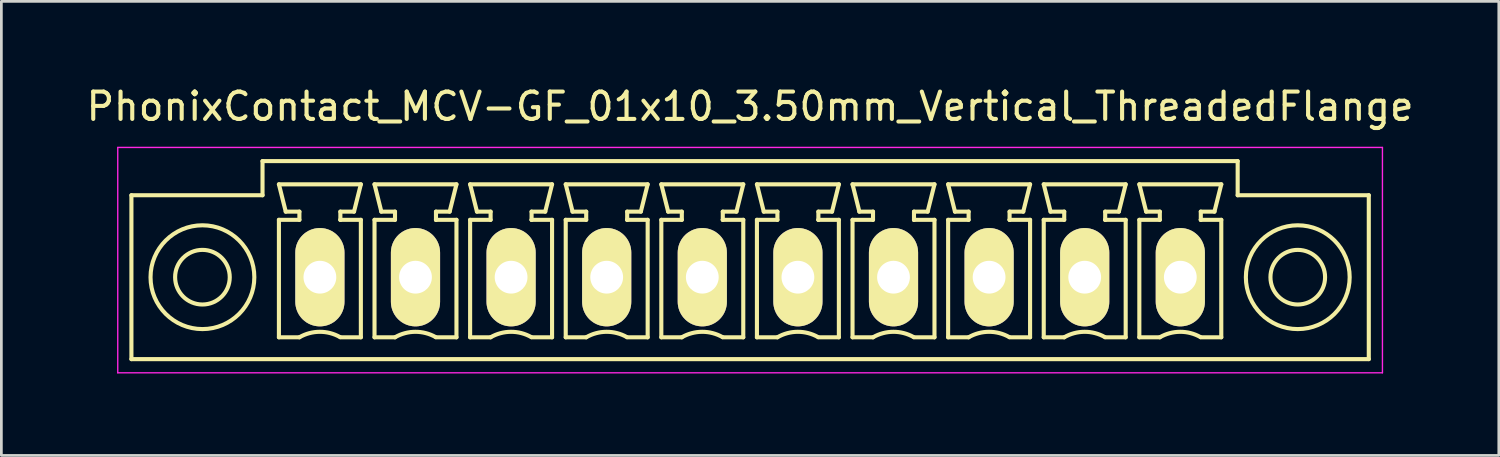
<source format=kicad_pcb>
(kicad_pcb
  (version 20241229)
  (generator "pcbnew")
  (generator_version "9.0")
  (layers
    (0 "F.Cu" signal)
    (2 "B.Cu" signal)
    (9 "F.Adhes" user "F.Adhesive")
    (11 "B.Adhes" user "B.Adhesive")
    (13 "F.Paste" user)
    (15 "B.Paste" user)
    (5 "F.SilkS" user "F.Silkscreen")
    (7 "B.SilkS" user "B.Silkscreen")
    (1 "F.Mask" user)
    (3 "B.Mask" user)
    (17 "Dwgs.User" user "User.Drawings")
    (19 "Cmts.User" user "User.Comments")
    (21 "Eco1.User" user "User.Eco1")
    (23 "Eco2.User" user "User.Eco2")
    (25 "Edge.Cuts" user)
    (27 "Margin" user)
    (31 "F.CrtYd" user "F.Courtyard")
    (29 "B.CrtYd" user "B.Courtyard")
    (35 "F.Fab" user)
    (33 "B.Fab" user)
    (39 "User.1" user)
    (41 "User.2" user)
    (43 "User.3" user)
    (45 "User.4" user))
  (footprint "PhonixContact_MCV-GF_01x10_3.50mm_Vertical_ThreadedFlange"
    (layer "F.Cu")
    (at 8.661 7.098)
    (property "Reference" "PhonixContact_MCV-GF_01x10_3.50mm_Vertical_ThreadedFlange" (at 15.75 -6.25 0) (layer "F.SilkS") (effects (font (size 1 1) (thickness 0.15))))
    (attr through_hole)
    (fp_line (start -6.9 -3) (end -6.9 3) (stroke (width 0.15) (type solid)) (layer "F.SilkS"))
    (fp_line (start -6.9 3) (end 38.4 3) (stroke (width 0.15) (type solid)) (layer "F.SilkS"))
    (fp_line (start -2.1 -4.25) (end -2.1 -3) (stroke (width 0.15) (type solid)) (layer "F.SilkS"))
    (fp_line (start -2.1 -3) (end -6.9 -3) (stroke (width 0.15) (type solid)) (layer "F.SilkS"))
    (fp_line (start -1.5 -3.4) (end 1.5 -3.4) (stroke (width 0.15) (type solid)) (layer "F.SilkS"))
    (fp_line (start -1.5 -2.1) (end -0.75 -2.1) (stroke (width 0.15) (type solid)) (layer "F.SilkS"))
    (fp_line (start -1.5 2.2) (end -1.5 -2.1) (stroke (width 0.15) (type solid)) (layer "F.SilkS"))
    (fp_line (start -1.25 -2.4) (end -1.5 -3.4) (stroke (width 0.15) (type solid)) (layer "F.SilkS"))
    (fp_line (start -0.75 -2.4) (end -1.25 -2.4) (stroke (width 0.15) (type solid)) (layer "F.SilkS"))
    (fp_line (start -0.75 -2.1) (end -0.75 -2.4) (stroke (width 0.15) (type solid)) (layer "F.SilkS"))
    (fp_line (start -0.75 2.2) (end -1.5 2.2) (stroke (width 0.15) (type solid)) (layer "F.SilkS"))
    (fp_line (start 0.75 -2.4) (end 0.75 -2.1) (stroke (width 0.15) (type solid)) (layer "F.SilkS"))
    (fp_line (start 0.75 -2.1) (end 0.75 -2.1) (stroke (width 0.15) (type solid)) (layer "F.SilkS"))
    (fp_line (start 0.75 -2.1) (end 1.5 -2.1) (stroke (width 0.15) (type solid)) (layer "F.SilkS"))
    (fp_line (start 1.25 -2.4) (end 0.75 -2.4) (stroke (width 0.15) (type solid)) (layer "F.SilkS"))
    (fp_line (start 1.5 -3.4) (end 1.25 -2.4) (stroke (width 0.15) (type solid)) (layer "F.SilkS"))
    (fp_line (start 1.5 -2.1) (end 1.5 2.2) (stroke (width 0.15) (type solid)) (layer "F.SilkS"))
    (fp_line (start 1.5 2.2) (end 0.75 2.2) (stroke (width 0.15) (type solid)) (layer "F.SilkS"))
    (fp_line (start 2 -3.4) (end 5 -3.4) (stroke (width 0.15) (type solid)) (layer "F.SilkS"))
    (fp_line (start 2 -2.1) (end 2.75 -2.1) (stroke (width 0.15) (type solid)) (layer "F.SilkS"))
    (fp_line (start 2 2.2) (end 2 -2.1) (stroke (width 0.15) (type solid)) (layer "F.SilkS"))
    (fp_line (start 2.25 -2.4) (end 2 -3.4) (stroke (width 0.15) (type solid)) (layer "F.SilkS"))
    (fp_line (start 2.75 -2.4) (end 2.25 -2.4) (stroke (width 0.15) (type solid)) (layer "F.SilkS"))
    (fp_line (start 2.75 -2.1) (end 2.75 -2.4) (stroke (width 0.15) (type solid)) (layer "F.SilkS"))
    (fp_line (start 2.75 2.2) (end 2 2.2) (stroke (width 0.15) (type solid)) (layer "F.SilkS"))
    (fp_line (start 4.25 -2.4) (end 4.25 -2.1) (stroke (width 0.15) (type solid)) (layer "F.SilkS"))
    (fp_line (start 4.25 -2.1) (end 4.25 -2.1) (stroke (width 0.15) (type solid)) (layer "F.SilkS"))
    (fp_line (start 4.25 -2.1) (end 5 -2.1) (stroke (width 0.15) (type solid)) (layer "F.SilkS"))
    (fp_line (start 4.75 -2.4) (end 4.25 -2.4) (stroke (width 0.15) (type solid)) (layer "F.SilkS"))
    (fp_line (start 5 -3.4) (end 4.75 -2.4) (stroke (width 0.15) (type solid)) (layer "F.SilkS"))
    (fp_line (start 5 -2.1) (end 5 2.2) (stroke (width 0.15) (type solid)) (layer "F.SilkS"))
    (fp_line (start 5 2.2) (end 4.25 2.2) (stroke (width 0.15) (type solid)) (layer "F.SilkS"))
    (fp_line (start 5.5 -3.4) (end 8.5 -3.4) (stroke (width 0.15) (type solid)) (layer "F.SilkS"))
    (fp_line (start 5.5 -2.1) (end 6.25 -2.1) (stroke (width 0.15) (type solid)) (layer "F.SilkS"))
    (fp_line (start 5.5 2.2) (end 5.5 -2.1) (stroke (width 0.15) (type solid)) (layer "F.SilkS"))
    (fp_line (start 5.75 -2.4) (end 5.5 -3.4) (stroke (width 0.15) (type solid)) (layer "F.SilkS"))
    (fp_line (start 6.25 -2.4) (end 5.75 -2.4) (stroke (width 0.15) (type solid)) (layer "F.SilkS"))
    (fp_line (start 6.25 -2.1) (end 6.25 -2.4) (stroke (width 0.15) (type solid)) (layer "F.SilkS"))
    (fp_line (start 6.25 2.2) (end 5.5 2.2) (stroke (width 0.15) (type solid)) (layer "F.SilkS"))
    (fp_line (start 7.75 -2.4) (end 7.75 -2.1) (stroke (width 0.15) (type solid)) (layer "F.SilkS"))
    (fp_line (start 7.75 -2.1) (end 7.75 -2.1) (stroke (width 0.15) (type solid)) (layer "F.SilkS"))
    (fp_line (start 7.75 -2.1) (end 8.5 -2.1) (stroke (width 0.15) (type solid)) (layer "F.SilkS"))
    (fp_line (start 8.25 -2.4) (end 7.75 -2.4) (stroke (width 0.15) (type solid)) (layer "F.SilkS"))
    (fp_line (start 8.5 -3.4) (end 8.25 -2.4) (stroke (width 0.15) (type solid)) (layer "F.SilkS"))
    (fp_line (start 8.5 -2.1) (end 8.5 2.2) (stroke (width 0.15) (type solid)) (layer "F.SilkS"))
    (fp_line (start 8.5 2.2) (end 7.75 2.2) (stroke (width 0.15) (type solid)) (layer "F.SilkS"))
    (fp_line (start 9 -3.4) (end 12 -3.4) (stroke (width 0.15) (type solid)) (layer "F.SilkS"))
    (fp_line (start 9 -2.1) (end 9.75 -2.1) (stroke (width 0.15) (type solid)) (layer "F.SilkS"))
    (fp_line (start 9 2.2) (end 9 -2.1) (stroke (width 0.15) (type solid)) (layer "F.SilkS"))
    (fp_line (start 9.25 -2.4) (end 9 -3.4) (stroke (width 0.15) (type solid)) (layer "F.SilkS"))
    (fp_line (start 9.75 -2.4) (end 9.25 -2.4) (stroke (width 0.15) (type solid)) (layer "F.SilkS"))
    (fp_line (start 9.75 -2.1) (end 9.75 -2.4) (stroke (width 0.15) (type solid)) (layer "F.SilkS"))
    (fp_line (start 9.75 2.2) (end 9 2.2) (stroke (width 0.15) (type solid)) (layer "F.SilkS"))
    (fp_line (start 11.25 -2.4) (end 11.25 -2.1) (stroke (width 0.15) (type solid)) (layer "F.SilkS"))
    (fp_line (start 11.25 -2.1) (end 11.25 -2.1) (stroke (width 0.15) (type solid)) (layer "F.SilkS"))
    (fp_line (start 11.25 -2.1) (end 12 -2.1) (stroke (width 0.15) (type solid)) (layer "F.SilkS"))
    (fp_line (start 11.75 -2.4) (end 11.25 -2.4) (stroke (width 0.15) (type solid)) (layer "F.SilkS"))
    (fp_line (start 12 -3.4) (end 11.75 -2.4) (stroke (width 0.15) (type solid)) (layer "F.SilkS"))
    (fp_line (start 12 -2.1) (end 12 2.2) (stroke (width 0.15) (type solid)) (layer "F.SilkS"))
    (fp_line (start 12 2.2) (end 11.25 2.2) (stroke (width 0.15) (type solid)) (layer "F.SilkS"))
    (fp_line (start 12.5 -3.4) (end 15.5 -3.4) (stroke (width 0.15) (type solid)) (layer "F.SilkS"))
    (fp_line (start 12.5 -2.1) (end 13.25 -2.1) (stroke (width 0.15) (type solid)) (layer "F.SilkS"))
    (fp_line (start 12.5 2.2) (end 12.5 -2.1) (stroke (width 0.15) (type solid)) (layer "F.SilkS"))
    (fp_line (start 12.75 -2.4) (end 12.5 -3.4) (stroke (width 0.15) (type solid)) (layer "F.SilkS"))
    (fp_line (start 13.25 -2.4) (end 12.75 -2.4) (stroke (width 0.15) (type solid)) (layer "F.SilkS"))
    (fp_line (start 13.25 -2.1) (end 13.25 -2.4) (stroke (width 0.15) (type solid)) (layer "F.SilkS"))
    (fp_line (start 13.25 2.2) (end 12.5 2.2) (stroke (width 0.15) (type solid)) (layer "F.SilkS"))
    (fp_line (start 14.75 -2.4) (end 14.75 -2.1) (stroke (width 0.15) (type solid)) (layer "F.SilkS"))
    (fp_line (start 14.75 -2.1) (end 14.75 -2.1) (stroke (width 0.15) (type solid)) (layer "F.SilkS"))
    (fp_line (start 14.75 -2.1) (end 15.5 -2.1) (stroke (width 0.15) (type solid)) (layer "F.SilkS"))
    (fp_line (start 15.25 -2.4) (end 14.75 -2.4) (stroke (width 0.15) (type solid)) (layer "F.SilkS"))
    (fp_line (start 15.5 -3.4) (end 15.25 -2.4) (stroke (width 0.15) (type solid)) (layer "F.SilkS"))
    (fp_line (start 15.5 -2.1) (end 15.5 2.2) (stroke (width 0.15) (type solid)) (layer "F.SilkS"))
    (fp_line (start 15.5 2.2) (end 14.75 2.2) (stroke (width 0.15) (type solid)) (layer "F.SilkS"))
    (fp_line (start 16 -3.4) (end 19 -3.4) (stroke (width 0.15) (type solid)) (layer "F.SilkS"))
    (fp_line (start 16 -2.1) (end 16.75 -2.1) (stroke (width 0.15) (type solid)) (layer "F.SilkS"))
    (fp_line (start 16 2.2) (end 16 -2.1) (stroke (width 0.15) (type solid)) (layer "F.SilkS"))
    (fp_line (start 16.25 -2.4) (end 16 -3.4) (stroke (width 0.15) (type solid)) (layer "F.SilkS"))
    (fp_line (start 16.75 -2.4) (end 16.25 -2.4) (stroke (width 0.15) (type solid)) (layer "F.SilkS"))
    (fp_line (start 16.75 -2.1) (end 16.75 -2.4) (stroke (width 0.15) (type solid)) (layer "F.SilkS"))
    (fp_line (start 16.75 2.2) (end 16 2.2) (stroke (width 0.15) (type solid)) (layer "F.SilkS"))
    (fp_line (start 18.25 -2.4) (end 18.25 -2.1) (stroke (width 0.15) (type solid)) (layer "F.SilkS"))
    (fp_line (start 18.25 -2.1) (end 18.25 -2.1) (stroke (width 0.15) (type solid)) (layer "F.SilkS"))
    (fp_line (start 18.25 -2.1) (end 19 -2.1) (stroke (width 0.15) (type solid)) (layer "F.SilkS"))
    (fp_line (start 18.75 -2.4) (end 18.25 -2.4) (stroke (width 0.15) (type solid)) (layer "F.SilkS"))
    (fp_line (start 19 -3.4) (end 18.75 -2.4) (stroke (width 0.15) (type solid)) (layer "F.SilkS"))
    (fp_line (start 19 -2.1) (end 19 2.2) (stroke (width 0.15) (type solid)) (layer "F.SilkS"))
    (fp_line (start 19 2.2) (end 18.25 2.2) (stroke (width 0.15) (type solid)) (layer "F.SilkS"))
    (fp_line (start 19.5 -3.4) (end 22.5 -3.4) (stroke (width 0.15) (type solid)) (layer "F.SilkS"))
    (fp_line (start 19.5 -2.1) (end 20.25 -2.1) (stroke (width 0.15) (type solid)) (layer "F.SilkS"))
    (fp_line (start 19.5 2.2) (end 19.5 -2.1) (stroke (width 0.15) (type solid)) (layer "F.SilkS"))
    (fp_line (start 19.75 -2.4) (end 19.5 -3.4) (stroke (width 0.15) (type solid)) (layer "F.SilkS"))
    (fp_line (start 20.25 -2.4) (end 19.75 -2.4) (stroke (width 0.15) (type solid)) (layer "F.SilkS"))
    (fp_line (start 20.25 -2.1) (end 20.25 -2.4) (stroke (width 0.15) (type solid)) (layer "F.SilkS"))
    (fp_line (start 20.25 2.2) (end 19.5 2.2) (stroke (width 0.15) (type solid)) (layer "F.SilkS"))
    (fp_line (start 21.75 -2.4) (end 21.75 -2.1) (stroke (width 0.15) (type solid)) (layer "F.SilkS"))
    (fp_line (start 21.75 -2.1) (end 21.75 -2.1) (stroke (width 0.15) (type solid)) (layer "F.SilkS"))
    (fp_line (start 21.75 -2.1) (end 22.5 -2.1) (stroke (width 0.15) (type solid)) (layer "F.SilkS"))
    (fp_line (start 22.25 -2.4) (end 21.75 -2.4) (stroke (width 0.15) (type solid)) (layer "F.SilkS"))
    (fp_line (start 22.5 -3.4) (end 22.25 -2.4) (stroke (width 0.15) (type solid)) (layer "F.SilkS"))
    (fp_line (start 22.5 -2.1) (end 22.5 2.2) (stroke (width 0.15) (type solid)) (layer "F.SilkS"))
    (fp_line (start 22.5 2.2) (end 21.75 2.2) (stroke (width 0.15) (type solid)) (layer "F.SilkS"))
    (fp_line (start 23 -3.4) (end 26 -3.4) (stroke (width 0.15) (type solid)) (layer "F.SilkS"))
    (fp_line (start 23 -2.1) (end 23.75 -2.1) (stroke (width 0.15) (type solid)) (layer "F.SilkS"))
    (fp_line (start 23 2.2) (end 23 -2.1) (stroke (width 0.15) (type solid)) (layer "F.SilkS"))
    (fp_line (start 23.25 -2.4) (end 23 -3.4) (stroke (width 0.15) (type solid)) (layer "F.SilkS"))
    (fp_line (start 23.75 -2.4) (end 23.25 -2.4) (stroke (width 0.15) (type solid)) (layer "F.SilkS"))
    (fp_line (start 23.75 -2.1) (end 23.75 -2.4) (stroke (width 0.15) (type solid)) (layer "F.SilkS"))
    (fp_line (start 23.75 2.2) (end 23 2.2) (stroke (width 0.15) (type solid)) (layer "F.SilkS"))
    (fp_line (start 25.25 -2.4) (end 25.25 -2.1) (stroke (width 0.15) (type solid)) (layer "F.SilkS"))
    (fp_line (start 25.25 -2.1) (end 25.25 -2.1) (stroke (width 0.15) (type solid)) (layer "F.SilkS"))
    (fp_line (start 25.25 -2.1) (end 26 -2.1) (stroke (width 0.15) (type solid)) (layer "F.SilkS"))
    (fp_line (start 25.75 -2.4) (end 25.25 -2.4) (stroke (width 0.15) (type solid)) (layer "F.SilkS"))
    (fp_line (start 26 -3.4) (end 25.75 -2.4) (stroke (width 0.15) (type solid)) (layer "F.SilkS"))
    (fp_line (start 26 -2.1) (end 26 2.2) (stroke (width 0.15) (type solid)) (layer "F.SilkS"))
    (fp_line (start 26 2.2) (end 25.25 2.2) (stroke (width 0.15) (type solid)) (layer "F.SilkS"))
    (fp_line (start 26.5 -3.4) (end 29.5 -3.4) (stroke (width 0.15) (type solid)) (layer "F.SilkS"))
    (fp_line (start 26.5 -2.1) (end 27.25 -2.1) (stroke (width 0.15) (type solid)) (layer "F.SilkS"))
    (fp_line (start 26.5 2.2) (end 26.5 -2.1) (stroke (width 0.15) (type solid)) (layer "F.SilkS"))
    (fp_line (start 26.75 -2.4) (end 26.5 -3.4) (stroke (width 0.15) (type solid)) (layer "F.SilkS"))
    (fp_line (start 27.25 -2.4) (end 26.75 -2.4) (stroke (width 0.15) (type solid)) (layer "F.SilkS"))
    (fp_line (start 27.25 -2.1) (end 27.25 -2.4) (stroke (width 0.15) (type solid)) (layer "F.SilkS"))
    (fp_line (start 27.25 2.2) (end 26.5 2.2) (stroke (width 0.15) (type solid)) (layer "F.SilkS"))
    (fp_line (start 28.75 -2.4) (end 28.75 -2.1) (stroke (width 0.15) (type solid)) (layer "F.SilkS"))
    (fp_line (start 28.75 -2.1) (end 28.75 -2.1) (stroke (width 0.15) (type solid)) (layer "F.SilkS"))
    (fp_line (start 28.75 -2.1) (end 29.5 -2.1) (stroke (width 0.15) (type solid)) (layer "F.SilkS"))
    (fp_line (start 29.25 -2.4) (end 28.75 -2.4) (stroke (width 0.15) (type solid)) (layer "F.SilkS"))
    (fp_line (start 29.5 -3.4) (end 29.25 -2.4) (stroke (width 0.15) (type solid)) (layer "F.SilkS"))
    (fp_line (start 29.5 -2.1) (end 29.5 2.2) (stroke (width 0.15) (type solid)) (layer "F.SilkS"))
    (fp_line (start 29.5 2.2) (end 28.75 2.2) (stroke (width 0.15) (type solid)) (layer "F.SilkS"))
    (fp_line (start 30 -3.4) (end 33 -3.4) (stroke (width 0.15) (type solid)) (layer "F.SilkS"))
    (fp_line (start 30 -2.1) (end 30.75 -2.1) (stroke (width 0.15) (type solid)) (layer "F.SilkS"))
    (fp_line (start 30 2.2) (end 30 -2.1) (stroke (width 0.15) (type solid)) (layer "F.SilkS"))
    (fp_line (start 30.25 -2.4) (end 30 -3.4) (stroke (width 0.15) (type solid)) (layer "F.SilkS"))
    (fp_line (start 30.75 -2.4) (end 30.25 -2.4) (stroke (width 0.15) (type solid)) (layer "F.SilkS"))
    (fp_line (start 30.75 -2.1) (end 30.75 -2.4) (stroke (width 0.15) (type solid)) (layer "F.SilkS"))
    (fp_line (start 30.75 2.2) (end 30 2.2) (stroke (width 0.15) (type solid)) (layer "F.SilkS"))
    (fp_line (start 32.25 -2.4) (end 32.25 -2.1) (stroke (width 0.15) (type solid)) (layer "F.SilkS"))
    (fp_line (start 32.25 -2.1) (end 32.25 -2.1) (stroke (width 0.15) (type solid)) (layer "F.SilkS"))
    (fp_line (start 32.25 -2.1) (end 33 -2.1) (stroke (width 0.15) (type solid)) (layer "F.SilkS"))
    (fp_line (start 32.75 -2.4) (end 32.25 -2.4) (stroke (width 0.15) (type solid)) (layer "F.SilkS"))
    (fp_line (start 33 -3.4) (end 32.75 -2.4) (stroke (width 0.15) (type solid)) (layer "F.SilkS"))
    (fp_line (start 33 -2.1) (end 33 2.2) (stroke (width 0.15) (type solid)) (layer "F.SilkS"))
    (fp_line (start 33 2.2) (end 32.25 2.2) (stroke (width 0.15) (type solid)) (layer "F.SilkS"))
    (fp_line (start 33.6 -4.25) (end -2.1 -4.25) (stroke (width 0.15) (type solid)) (layer "F.SilkS"))
    (fp_line (start 33.6 -3) (end 33.6 -4.25) (stroke (width 0.15) (type solid)) (layer "F.SilkS"))
    (fp_line (start 38.4 -3) (end 33.6 -3) (stroke (width 0.15) (type solid)) (layer "F.SilkS"))
    (fp_line (start 38.4 3) (end 38.4 -3) (stroke (width 0.15) (type solid)) (layer "F.SilkS"))
    (fp_arc (start -0.75 2.2) (mid -0.006068 1.999179) (end 0.739464 2.193978) (stroke (width 0.15) (type solid)) (layer "F.SilkS"))
    (fp_arc (start 2.75 2.2) (mid 3.493932 1.999179) (end 4.239464 2.193978) (stroke (width 0.15) (type solid)) (layer "F.SilkS"))
    (fp_arc (start 6.25 2.2) (mid 6.993932 1.999179) (end 7.739464 2.193978) (stroke (width 0.15) (type solid)) (layer "F.SilkS"))
    (fp_arc (start 9.75 2.2) (mid 10.493932 1.999179) (end 11.239464 2.193978) (stroke (width 0.15) (type solid)) (layer "F.SilkS"))
    (fp_arc (start 13.25 2.2) (mid 13.993932 1.999179) (end 14.739464 2.193978) (stroke (width 0.15) (type solid)) (layer "F.SilkS"))
    (fp_arc (start 16.75 2.2) (mid 17.493932 1.999179) (end 18.239464 2.193978) (stroke (width 0.15) (type solid)) (layer "F.SilkS"))
    (fp_arc (start 20.25 2.2) (mid 20.993932 1.999179) (end 21.739464 2.193978) (stroke (width 0.15) (type solid)) (layer "F.SilkS"))
    (fp_arc (start 23.75 2.2) (mid 24.493932 1.999179) (end 25.239464 2.193978) (stroke (width 0.15) (type solid)) (layer "F.SilkS"))
    (fp_arc (start 27.25 2.2) (mid 27.993932 1.999179) (end 28.739464 2.193978) (stroke (width 0.15) (type solid)) (layer "F.SilkS"))
    (fp_arc (start 30.75 2.2) (mid 31.493932 1.999179) (end 32.239464 2.193978) (stroke (width 0.15) (type solid)) (layer "F.SilkS"))
    (fp_circle (center -4.3 0) (end -3.3 0) (stroke (width 0.15) (type solid)) (fill no) (layer "F.SilkS"))
    (fp_circle (center -4.3 0) (end -2.4 0) (stroke (width 0.15) (type solid)) (fill no) (layer "F.SilkS"))
    (fp_circle (center 35.8 0) (end 36.8 0) (stroke (width 0.15) (type solid)) (fill no) (layer "F.SilkS"))
    (fp_circle (center 35.8 0) (end 37.7 0) (stroke (width 0.15) (type solid)) (fill no) (layer "F.SilkS"))
    (fp_line (start -7.4 -4.75) (end -7.4 3.5) (stroke (width 0.05) (type solid)) (layer "F.CrtYd"))
    (fp_line (start -7.4 3.5) (end 38.9 3.5) (stroke (width 0.05) (type solid)) (layer "F.CrtYd"))
    (fp_line (start 38.9 -4.75) (end -7.4 -4.75) (stroke (width 0.05) (type solid)) (layer "F.CrtYd"))
    (fp_line (start 38.9 3.5) (end 38.9 -4.75) (stroke (width 0.05) (type solid)) (layer "F.CrtYd"))
    (pad "1" thru_hole oval (at 0 0) (size 1.8 3.6) (drill 1.2) (layers "*.Cu" "*.Mask" "F.SilkS"))
    (pad "2" thru_hole oval (at 3.5 0) (size 1.8 3.6) (drill 1.2) (layers "*.Cu" "*.Mask" "F.SilkS"))
    (pad "3" thru_hole oval (at 7 0) (size 1.8 3.6) (drill 1.2) (layers "*.Cu" "*.Mask" "F.SilkS"))
    (pad "4" thru_hole oval (at 10.5 0) (size 1.8 3.6) (drill 1.2) (layers "*.Cu" "*.Mask" "F.SilkS"))
    (pad "5" thru_hole oval (at 14 0) (size 1.8 3.6) (drill 1.2) (layers "*.Cu" "*.Mask" "F.SilkS"))
    (pad "6" thru_hole oval (at 17.5 0) (size 1.8 3.6) (drill 1.2) (layers "*.Cu" "*.Mask" "F.SilkS"))
    (pad "7" thru_hole oval (at 21 0) (size 1.8 3.6) (drill 1.2) (layers "*.Cu" "*.Mask" "F.SilkS"))
    (pad "8" thru_hole oval (at 24.5 0) (size 1.8 3.6) (drill 1.2) (layers "*.Cu" "*.Mask" "F.SilkS"))
    (pad "9" thru_hole oval (at 28 0) (size 1.8 3.6) (drill 1.2) (layers "*.Cu" "*.Mask" "F.SilkS"))
    (pad "10" thru_hole oval (at 31.5 0) (size 1.8 3.6) (drill 1.2) (layers "*.Cu" "*.Mask" "F.SilkS")))
  (gr_rect
    (start -3 -3)
    (end 51.821 13.623)
    (stroke (width 0.1) (type default))
    (fill no)
    (layer "Edge.Cuts")))
</source>
